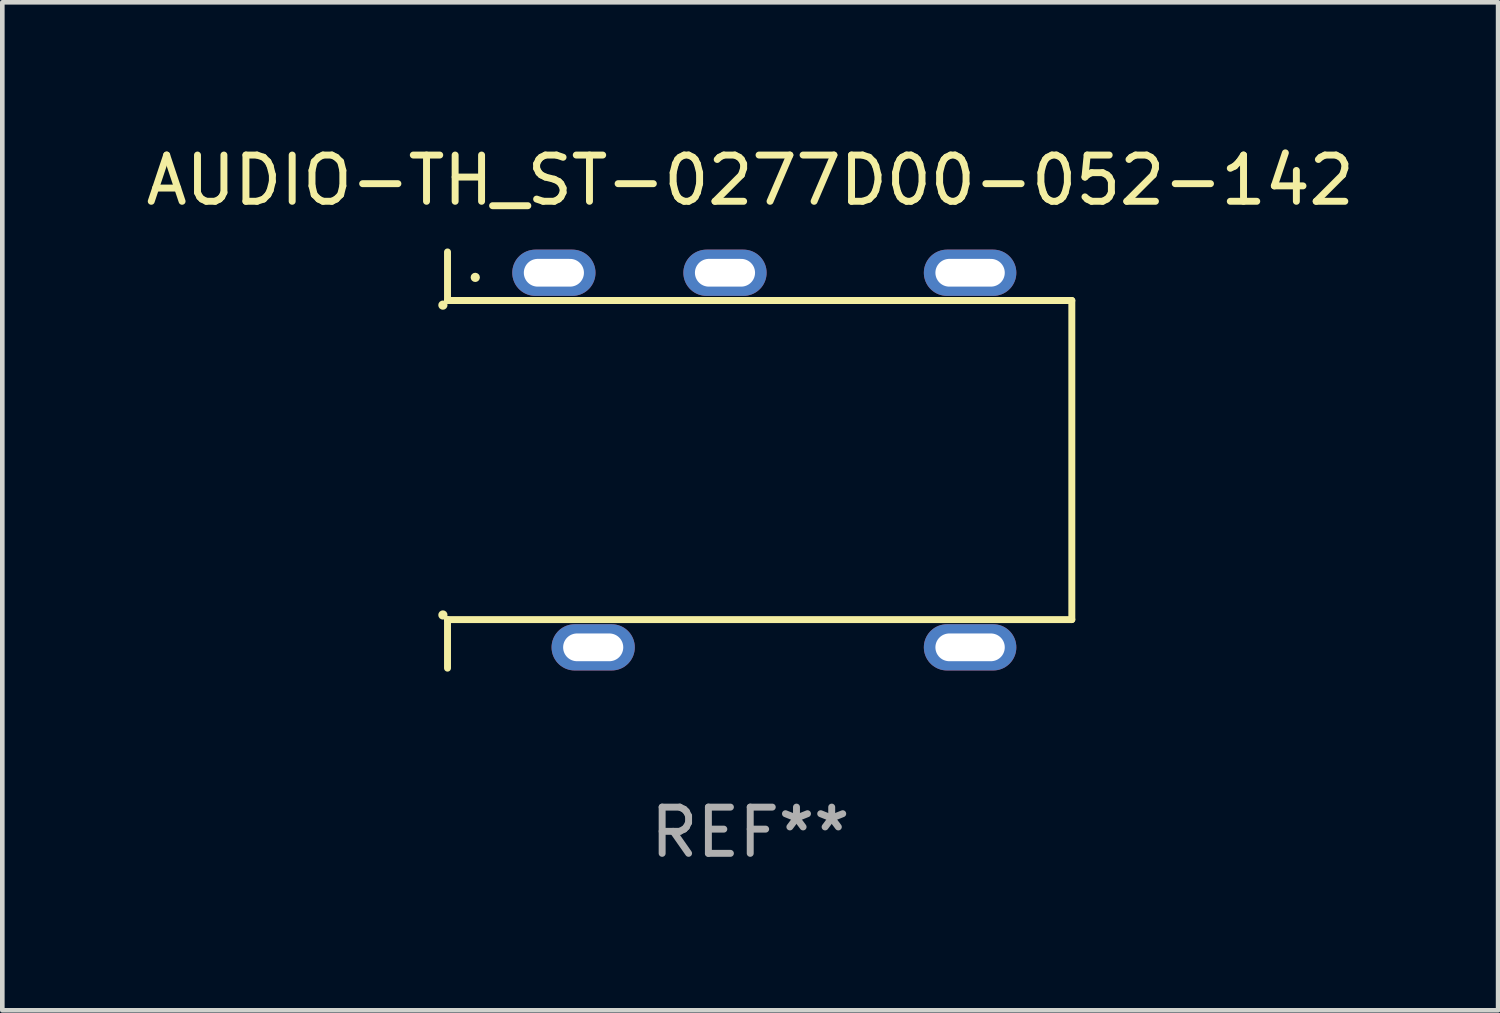
<source format=kicad_pcb>
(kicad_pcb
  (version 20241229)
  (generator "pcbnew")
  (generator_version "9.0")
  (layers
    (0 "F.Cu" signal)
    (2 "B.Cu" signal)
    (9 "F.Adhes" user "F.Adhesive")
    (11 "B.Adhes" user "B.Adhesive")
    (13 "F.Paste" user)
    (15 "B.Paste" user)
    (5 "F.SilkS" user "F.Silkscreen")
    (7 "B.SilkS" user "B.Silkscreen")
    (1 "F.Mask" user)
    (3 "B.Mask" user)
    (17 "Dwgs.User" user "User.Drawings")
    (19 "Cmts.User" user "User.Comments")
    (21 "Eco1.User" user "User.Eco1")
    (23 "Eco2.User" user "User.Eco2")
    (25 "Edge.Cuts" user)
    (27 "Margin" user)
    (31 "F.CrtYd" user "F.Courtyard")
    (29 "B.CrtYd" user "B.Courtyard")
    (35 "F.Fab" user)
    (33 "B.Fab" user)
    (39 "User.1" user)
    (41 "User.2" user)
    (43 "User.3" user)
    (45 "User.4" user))
  (footprint "AUDIO-TH_ST-0277D00-052-142"
    (layer "F.Cu")
    (at 13.427 6.898)
    (property "Reference" "AUDIO-TH_ST-0277D00-052-142" (at -0.254 -6.05 0) (layer "F.SilkS") (effects (font (size 1 1) (thickness 0.15))))
    (attr through_hole)
    (fp_line (start -6.8 -3.45) (end -6.8 -4.5) (stroke (width 0.15) (type default)) (layer "F.SilkS"))
    (fp_line (start -6.8 -3.45) (end 6.7 -3.45) (stroke (width 0.15) (type default)) (layer "F.SilkS"))
    (fp_line (start -6.8 3.45) (end -6.8 4.5) (stroke (width 0.15) (type default)) (layer "F.SilkS"))
    (fp_line (start 6.7 -3.45) (end 6.7 3.45) (stroke (width 0.15) (type default)) (layer "F.SilkS"))
    (fp_line (start 6.7 3.45) (end -6.8 3.45) (stroke (width 0.15) (type default)) (layer "F.SilkS"))
    (fp_circle (center -6.9 -3.35) (end -6.9 -3.35) (stroke (width 0.1) (type default)) (fill no) (layer "F.SilkS"))
    (fp_circle (center -6.9 3.35) (end -6.9 3.35) (stroke (width 0.1) (type default)) (fill no) (layer "F.SilkS"))
    (fp_circle (center -6.2 -3.95) (end -6.2 -3.9) (stroke (width 0.1) (type default)) (fill no) (layer "F.SilkS"))
    (fp_text user "REF**" (at -0.254 8.05 0) (layer "F.Fab") (effects (font (size 1 1) (thickness 0.15))))
    (pad "1" thru_hole oval (at -4.5 -4.05) (size 1.8 1) (drill oval 1.3 0.6) (layers "*.Cu" "*.Mask"))
    (pad "2" thru_hole oval (at -3.65 4.05) (size 1.8 1) (drill oval 1.3 0.6) (layers "*.Cu" "*.Mask"))
    (pad "3" thru_hole oval (at -0.8 -4.05) (size 1.8 1) (drill oval 1.3 0.6) (layers "*.Cu" "*.Mask"))
    (pad "4" thru_hole oval (at 4.5 4.05) (size 2 1) (drill oval 1.5 0.6) (layers "*.Cu" "*.Mask"))
    (pad "5" thru_hole oval (at 4.5 -4.05) (size 2 1) (drill oval 1.5 0.6) (layers "*.Cu" "*.Mask")))
  (gr_rect
    (start -3 -3)
    (end 29.345 18.797)
    (stroke (width 0.1) (type default))
    (fill no)
    (layer "Edge.Cuts")))
</source>
